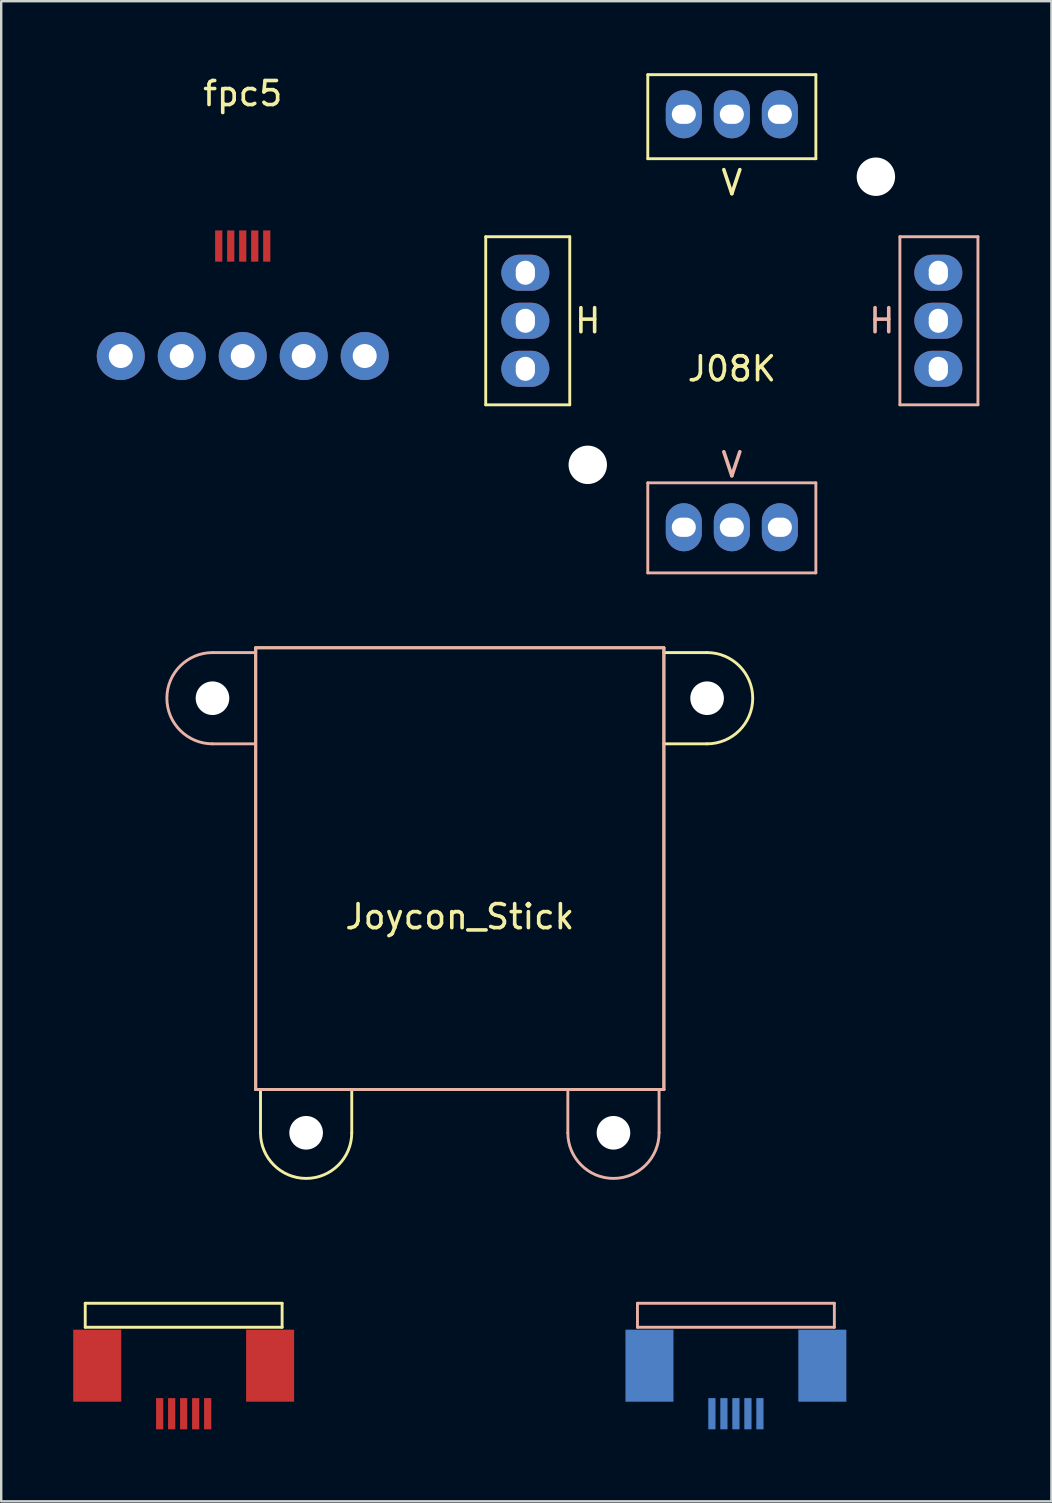
<source format=kicad_pcb>
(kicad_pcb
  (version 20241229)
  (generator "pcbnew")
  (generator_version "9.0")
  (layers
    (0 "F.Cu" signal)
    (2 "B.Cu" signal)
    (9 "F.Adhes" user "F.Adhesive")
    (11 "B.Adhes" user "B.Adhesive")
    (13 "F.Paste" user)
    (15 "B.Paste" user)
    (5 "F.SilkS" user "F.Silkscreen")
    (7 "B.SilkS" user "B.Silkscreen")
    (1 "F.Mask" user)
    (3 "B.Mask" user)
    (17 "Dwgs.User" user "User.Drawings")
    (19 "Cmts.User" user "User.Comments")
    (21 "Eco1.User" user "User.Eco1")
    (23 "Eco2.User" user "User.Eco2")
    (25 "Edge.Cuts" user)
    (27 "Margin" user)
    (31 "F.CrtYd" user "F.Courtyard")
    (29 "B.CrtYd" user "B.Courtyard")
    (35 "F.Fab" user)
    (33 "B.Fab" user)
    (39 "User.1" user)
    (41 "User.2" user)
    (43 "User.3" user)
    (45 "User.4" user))
  (footprint "J08K"
    (layer "F.Cu")
    (at 27.43 10.31)
    (property "Reference" "J08K" (at 0 2 0) (layer "F.SilkS") (effects (font (size 1 1) (thickness 0.15))))
    (attr through_hole)
    (fp_line (start -10.25 -3.5) (end -10.25 3.5) (stroke (width 0.12) (type solid)) (layer "F.SilkS"))
    (fp_line (start -10.25 3.5) (end -6.75 3.5) (stroke (width 0.12) (type solid)) (layer "F.SilkS"))
    (fp_line (start -6.75 -3.5) (end -10.25 -3.5) (stroke (width 0.12) (type solid)) (layer "F.SilkS"))
    (fp_line (start -6.75 3.5) (end -6.75 -3.5) (stroke (width 0.12) (type solid)) (layer "F.SilkS"))
    (fp_line (start -3.5 -10.25) (end -3.5 -6.75) (stroke (width 0.12) (type solid)) (layer "F.SilkS"))
    (fp_line (start -3.5 -6.75) (end 3.5 -6.75) (stroke (width 0.12) (type solid)) (layer "F.SilkS"))
    (fp_line (start 3.5 -10.25) (end -3.5 -10.25) (stroke (width 0.12) (type solid)) (layer "F.SilkS"))
    (fp_line (start 3.5 -6.75) (end 3.5 -10.25) (stroke (width 0.12) (type solid)) (layer "F.SilkS"))
    (fp_line (start -3.5 6.75) (end -3.5 10.5) (stroke (width 0.12) (type solid)) (layer "B.SilkS"))
    (fp_line (start -3.5 10.5) (end 3.5 10.5) (stroke (width 0.12) (type solid)) (layer "B.SilkS"))
    (fp_line (start 3.5 6.75) (end -3.5 6.75) (stroke (width 0.12) (type solid)) (layer "B.SilkS"))
    (fp_line (start 3.5 10.5) (end 3.5 6.75) (stroke (width 0.12) (type solid)) (layer "B.SilkS"))
    (fp_line (start 7 -3.5) (end 7 3.5) (stroke (width 0.12) (type solid)) (layer "B.SilkS"))
    (fp_line (start 7 3.5) (end 10.25 3.5) (stroke (width 0.12) (type solid)) (layer "B.SilkS"))
    (fp_line (start 10.25 -3.5) (end 7 -3.5) (stroke (width 0.12) (type solid)) (layer "B.SilkS"))
    (fp_line (start 10.25 3.5) (end 10.25 -3.5) (stroke (width 0.12) (type solid)) (layer "B.SilkS"))
    (fp_line (start -8.75 -8.75) (end 8.75 -8.75) (stroke (width 0.12) (type solid)) (layer "Eco2.User"))
    (fp_line (start -8.75 8.75) (end -8.75 -8.75) (stroke (width 0.12) (type solid)) (layer "Eco2.User"))
    (fp_line (start 8.75 -8.75) (end 8.75 8.75) (stroke (width 0.12) (type solid)) (layer "Eco2.User"))
    (fp_line (start 8.75 8.75) (end -8.75 8.75) (stroke (width 0.12) (type solid)) (layer "Eco2.User"))
    (fp_text user "H" (at -6 0 0) (layer "F.SilkS") (effects (font (size 1 1) (thickness 0.15))))
    (fp_text user "V" (at 0 -5.75 0) (layer "F.SilkS") (effects (font (size 1 1) (thickness 0.15))))
    (fp_text user "H" (at 6.25 0 0) (layer "B.SilkS") (effects (font (size 1 1) (thickness 0.15))))
    (fp_text user "V" (at 0 6 0) (layer "B.SilkS") (effects (font (size 1 1) (thickness 0.15))))
    (pad "" np_thru_hole circle (at -6 6) (size 1.6 1.6) (drill 1.6) (layers "*.Cu" "*.Mask"))
    (pad "" np_thru_hole circle (at 6 -6) (size 1.6 1.6) (drill 1.6) (layers "*.Cu" "*.Mask"))
    (pad "1" thru_hole oval (at -8.6 -2 270) (size 1.5 2) (drill oval 1 0.8) (layers "*.Cu" "*.Mask"))
    (pad "1" thru_hole oval (at -2 -8.6) (size 1.5 2) (drill oval 1 0.8) (layers "*.Cu" "*.Mask"))
    (pad "1" thru_hole oval (at -2 8.6) (size 1.5 2) (drill oval 1 0.8) (layers "*.Cu" "*.Mask"))
    (pad "1" thru_hole oval (at 8.6 2 270) (size 1.5 2) (drill oval 1 0.8) (layers "*.Cu" "*.Mask"))
    (pad "2" thru_hole oval (at -8.6 2 270) (size 1.5 2) (drill oval 1 0.8) (layers "*.Cu" "*.Mask"))
    (pad "2" thru_hole oval (at 2 -8.6) (size 1.5 2) (drill oval 1 0.8) (layers "*.Cu" "*.Mask"))
    (pad "2" thru_hole oval (at 2 8.6) (size 1.5 2) (drill oval 1 0.8) (layers "*.Cu" "*.Mask"))
    (pad "2" thru_hole oval (at 8.6 -2 270) (size 1.5 2) (drill oval 1 0.8) (layers "*.Cu" "*.Mask"))
    (pad "3" thru_hole oval (at -8.6 0 270) (size 1.5 2) (drill oval 1 0.8) (layers "*.Cu" "*.Mask"))
    (pad "3" thru_hole oval (at 8.6 0 270) (size 1.5 2) (drill oval 1 0.8) (layers "*.Cu" "*.Mask"))
    (pad "4" thru_hole oval (at 0 -8.6) (size 1.5 2) (drill oval 1 0.8) (layers "*.Cu" "*.Mask"))
    (pad "4" thru_hole oval (at 0 8.6) (size 1.5 2) (drill oval 1 0.8) (layers "*.Cu" "*.Mask")))
  (footprint "Joycon_Stick"
    (layer "F.Cu")
    (at 16.1 33.13)
    (property "Reference" "Joycon_Stick" (at 0 2 0) (layer "F.SilkS") (effects (font (size 1 1) (thickness 0.15))))
    (attr through_hole)
    (fp_line (start -15.6 18.1) (end -7.4 18.1) (stroke (width 0.12) (type solid)) (layer "F.SilkS"))
    (fp_line (start -15.6 19.1) (end -15.6 18.1) (stroke (width 0.12) (type solid)) (layer "F.SilkS"))
    (fp_line (start -8.5 -9.2) (end 8.5 -9.2) (stroke (width 0.12) (type solid)) (layer "F.SilkS"))
    (fp_line (start -8.5 9.2) (end -8.5 -9.2) (stroke (width 0.12) (type solid)) (layer "F.SilkS"))
    (fp_line (start -8.3 11) (end -8.3 9.2) (stroke (width 0.12) (type solid)) (layer "F.SilkS"))
    (fp_line (start -7.4 18.1) (end -7.4 19.1) (stroke (width 0.12) (type solid)) (layer "F.SilkS"))
    (fp_line (start -7.4 19.1) (end -15.6 19.1) (stroke (width 0.12) (type solid)) (layer "F.SilkS"))
    (fp_line (start -4.5 9.2) (end -4.5 11) (stroke (width 0.12) (type solid)) (layer "F.SilkS"))
    (fp_line (start 8.5 -9.2) (end 8.5 9.2) (stroke (width 0.12) (type solid)) (layer "F.SilkS"))
    (fp_line (start 8.5 -5.2) (end 10.3 -5.2) (stroke (width 0.12) (type solid)) (layer "F.SilkS"))
    (fp_line (start 8.5 9.2) (end -8.5 9.2) (stroke (width 0.12) (type solid)) (layer "F.SilkS"))
    (fp_line (start 10.3 -9) (end 8.5 -9) (stroke (width 0.12) (type solid)) (layer "F.SilkS"))
    (fp_arc (start -4.5 11) (mid -6.4 12.9) (end -8.3 11) (stroke (width 0.12) (type solid)) (layer "F.SilkS"))
    (fp_arc (start 10.3 -9) (mid 12.2 -7.1) (end 10.3 -5.2) (stroke (width 0.12) (type solid)) (layer "F.SilkS"))
    (fp_line (start -10.3 -9) (end -8.5 -9) (stroke (width 0.12) (type solid)) (layer "B.SilkS"))
    (fp_line (start -8.5 -9.2) (end -8.5 9.2) (stroke (width 0.12) (type solid)) (layer "B.SilkS"))
    (fp_line (start -8.5 -5.2) (end -10.3 -5.2) (stroke (width 0.12) (type solid)) (layer "B.SilkS"))
    (fp_line (start -8.5 9.2) (end 8.5 9.2) (stroke (width 0.12) (type solid)) (layer "B.SilkS"))
    (fp_line (start 4.5 9.2) (end 4.5 11) (stroke (width 0.12) (type solid)) (layer "B.SilkS"))
    (fp_line (start 7.4 18.1) (end 15.6 18.1) (stroke (width 0.12) (type solid)) (layer "B.SilkS"))
    (fp_line (start 7.4 19.1) (end 7.4 18.1) (stroke (width 0.12) (type solid)) (layer "B.SilkS"))
    (fp_line (start 8.3 11) (end 8.3 9.2) (stroke (width 0.12) (type solid)) (layer "B.SilkS"))
    (fp_line (start 8.5 -9.2) (end -8.5 -9.2) (stroke (width 0.12) (type solid)) (layer "B.SilkS"))
    (fp_line (start 8.5 9.2) (end 8.5 -9.2) (stroke (width 0.12) (type solid)) (layer "B.SilkS"))
    (fp_line (start 15.6 18.1) (end 15.6 19.1) (stroke (width 0.12) (type solid)) (layer "B.SilkS"))
    (fp_line (start 15.6 19.1) (end 7.4 19.1) (stroke (width 0.12) (type solid)) (layer "B.SilkS"))
    (fp_arc (start -10.3 -5.2) (mid -12.2 -7.1) (end -10.3 -9) (stroke (width 0.12) (type solid)) (layer "B.SilkS"))
    (fp_arc (start 8.3 11) (mid 6.4 12.9) (end 4.5 11) (stroke (width 0.12) (type solid)) (layer "B.SilkS"))
    (fp_line (start -15.1 19.1) (end -15.1 22.1) (stroke (width 0.12) (type solid)) (layer "Eco1.User"))
    (fp_line (start -15.1 22.1) (end -7.9 22.1) (stroke (width 0.12) (type solid)) (layer "Eco1.User"))
    (fp_line (start -13 9.2) (end -13 21.2) (stroke (width 0.12) (type solid)) (layer "Eco1.User"))
    (fp_line (start -13 18.2) (end -10 18.2) (stroke (width 0.12) (type solid)) (layer "Eco1.User"))
    (fp_line (start -13 21.2) (end -10 21.2) (stroke (width 0.12) (type solid)) (layer "Eco1.User"))
    (fp_line (start -10 9.7) (end -10 21.2) (stroke (width 0.12) (type solid)) (layer "Eco1.User"))
    (fp_line (start -9.5 9.2) (end -8.5 9.2) (stroke (width 0.12) (type solid)) (layer "Eco1.User"))
    (fp_line (start -9 6.2) (end -10 6.2) (stroke (width 0.12) (type solid)) (layer "Eco1.User"))
    (fp_line (start -7.9 22.1) (end -7.9 19.1) (stroke (width 0.12) (type solid)) (layer "Eco1.User"))
    (fp_line (start 7.9 19.1) (end 7.9 22.1) (stroke (width 0.12) (type solid)) (layer "Eco1.User"))
    (fp_line (start 7.9 22.1) (end 15.1 22.1) (stroke (width 0.12) (type solid)) (layer "Eco1.User"))
    (fp_line (start 9 6.2) (end 10 6.2) (stroke (width 0.12) (type solid)) (layer "Eco1.User"))
    (fp_line (start 9.5 9.2) (end 8.5 9.2) (stroke (width 0.12) (type solid)) (layer "Eco1.User"))
    (fp_line (start 10 9.7) (end 10 21.2) (stroke (width 0.12) (type solid)) (layer "Eco1.User"))
    (fp_line (start 13 9.2) (end 13 21.2) (stroke (width 0.12) (type solid)) (layer "Eco1.User"))
    (fp_line (start 13 18.2) (end 10 18.2) (stroke (width 0.12) (type solid)) (layer "Eco1.User"))
    (fp_line (start 13 21.2) (end 10 21.2) (stroke (width 0.12) (type solid)) (layer "Eco1.User"))
    (fp_line (start 15.1 22.1) (end 15.1 19.1) (stroke (width 0.12) (type solid)) (layer "Eco1.User"))
    (fp_arc (start -13 9.2) (mid -12.12132 7.07868) (end -10 6.2) (stroke (width 0.12) (type solid)) (layer "Eco1.User"))
    (fp_arc (start -10 9.7) (mid -9.853553 9.346447) (end -9.5 9.2) (stroke (width 0.12) (type solid)) (layer "Eco1.User"))
    (fp_arc (start -8.5 5.7) (mid -8.646447 6.053553) (end -9 6.2) (stroke (width 0.12) (type solid)) (layer "Eco1.User"))
    (fp_arc (start 9 6.2) (mid 8.646447 6.053553) (end 8.5 5.7) (stroke (width 0.12) (type solid)) (layer "Eco1.User"))
    (fp_arc (start 9.5 9.2) (mid 9.853553 9.346447) (end 10 9.7) (stroke (width 0.12) (type solid)) (layer "Eco1.User"))
    (fp_arc (start 10 6.2) (mid 12.12132 7.07868) (end 13 9.2) (stroke (width 0.12) (type solid)) (layer "Eco1.User"))
    (fp_circle (center -10.3 -7.1) (end -9.3 -7.1) (stroke (width 0.05) (type solid)) (fill no) (layer "Eco2.User"))
    (fp_circle (center -6.4 11) (end -5.4 11) (stroke (width 0.05) (type solid)) (fill no) (layer "Eco2.User"))
    (fp_circle (center 6.4 11) (end 7.4 11) (stroke (width 0.05) (type solid)) (fill no) (layer "Eco2.User"))
    (fp_circle (center 10.3 -7.1) (end 11.3 -7.1) (stroke (width 0.05) (type solid)) (fill no) (layer "Eco2.User"))
    (pad "" smd rect (at -15.1 20.7 270) (size 3 2) (layers "F.Cu" "F.Mask" "F.Paste"))
    (pad "" np_thru_hole circle (at -10.3 -7.1 180) (size 1.4 1.4) (drill 1.4) (layers "*.Cu" "*.Mask"))
    (pad "" smd rect (at -7.9 20.7 270) (size 3 2) (layers "F.Cu" "F.Mask" "F.Paste"))
    (pad "" np_thru_hole circle (at -6.4 11) (size 1.4 1.4) (drill 1.4) (layers "*.Cu" "*.Mask"))
    (pad "" np_thru_hole circle (at 6.4 11 180) (size 1.4 1.4) (drill 1.4) (layers "*.Cu" "*.Mask"))
    (pad "" smd rect (at 7.9 20.7 90) (size 3 2) (layers "B.Cu" "B.Mask" "B.Paste"))
    (pad "" np_thru_hole circle (at 10.3 -7.1) (size 1.4 1.4) (drill 1.4) (layers "*.Cu" "*.Mask"))
    (pad "" smd rect (at 15.1 20.7 90) (size 3 2) (layers "B.Cu" "B.Mask" "B.Paste"))
    (pad "1" smd rect (at -12.5 22.7 270) (size 1.3 0.3) (layers "F.Cu" "F.Mask" "F.Paste"))
    (pad "1" smd rect (at 12.5 22.7 270) (size 1.3 0.3) (layers "B.Cu" "B.Mask" "B.Paste"))
    (pad "2" smd rect (at -12 22.7 270) (size 1.3 0.3) (layers "F.Cu" "F.Mask" "F.Paste"))
    (pad "2" smd rect (at 12 22.7 270) (size 1.3 0.3) (layers "B.Cu" "B.Mask" "B.Paste"))
    (pad "3" smd rect (at -11.5 22.7 270) (size 1.3 0.3) (layers "F.Cu" "F.Mask" "F.Paste"))
    (pad "3" smd rect (at 11.5 22.7 270) (size 1.3 0.3) (layers "B.Cu" "B.Mask" "B.Paste"))
    (pad "4" smd rect (at -11 22.7 270) (size 1.3 0.3) (layers "F.Cu" "F.Mask" "F.Paste"))
    (pad "4" smd rect (at 11 22.7 270) (size 1.3 0.3) (layers "B.Cu" "B.Mask" "B.Paste"))
    (pad "5" smd rect (at -10.5 22.7 270) (size 1.3 0.3) (layers "F.Cu" "F.Mask" "F.Paste"))
    (pad "5" smd rect (at 10.5 22.7 270) (size 1.3 0.3) (layers "B.Cu" "B.Mask" "B.Paste")))
  (footprint "fpc5"
    (layer "F.Cu")
    (at 7.06 7.848)
    (property "Reference" "fpc5" (at 0 -7 0) (layer "F.SilkS") (effects (font (size 1 1) (thickness 0.15))))
    (attr through_hole)
    (fp_line (start -7 -7) (end 7 -7) (stroke (width 0.12) (type solid)) (layer "Eco1.User"))
    (fp_line (start -7 7) (end -7 -7) (stroke (width 0.12) (type solid)) (layer "Eco1.User"))
    (fp_line (start 7 -7) (end 7 7) (stroke (width 0.12) (type solid)) (layer "Eco1.User"))
    (fp_line (start 7 7) (end -7 7) (stroke (width 0.12) (type solid)) (layer "Eco1.User"))
    (pad "" smd rect (at -2.65 -3) (size 2 3) (layers "F.Paste"))
    (pad "" smd rect (at 2.65 -3) (size 2 3) (layers "F.Paste"))
    (pad "1" thru_hole circle (at -5.08 3.93) (size 2 2) (drill 1) (layers "*.Cu" "*.Mask"))
    (pad "1" smd rect (at -1 -0.65) (size 0.3 1.3) (layers "F.Cu" "F.Mask" "F.Paste"))
    (pad "2" thru_hole circle (at -2.54 3.93) (size 2 2) (drill 1) (layers "*.Cu" "*.Mask"))
    (pad "2" smd rect (at -0.5 -0.65) (size 0.3 1.3) (layers "F.Cu" "F.Mask" "F.Paste"))
    (pad "3" smd rect (at 0 -0.65) (size 0.3 1.3) (layers "F.Cu" "F.Mask" "F.Paste"))
    (pad "3" thru_hole circle (at 0 3.93) (size 2 2) (drill 1) (layers "*.Cu" "*.Mask"))
    (pad "4" smd rect (at 0.5 -0.65) (size 0.3 1.3) (layers "F.Cu" "F.Mask" "F.Paste"))
    (pad "4" thru_hole circle (at 2.54 3.93) (size 2 2) (drill 1) (layers "*.Cu" "*.Mask"))
    (pad "5" smd rect (at 1 -0.65) (size 0.3 1.3) (layers "F.Cu" "F.Mask" "F.Paste"))
    (pad "5" thru_hole circle (at 5.08 3.93) (size 2 2) (drill 1) (layers "*.Cu" "*.Mask")))
  (gr_rect
    (start -3 -3)
    (end 40.74 59.48)
    (stroke (width 0.1) (type default))
    (fill no)
    (layer "Edge.Cuts")))
</source>
